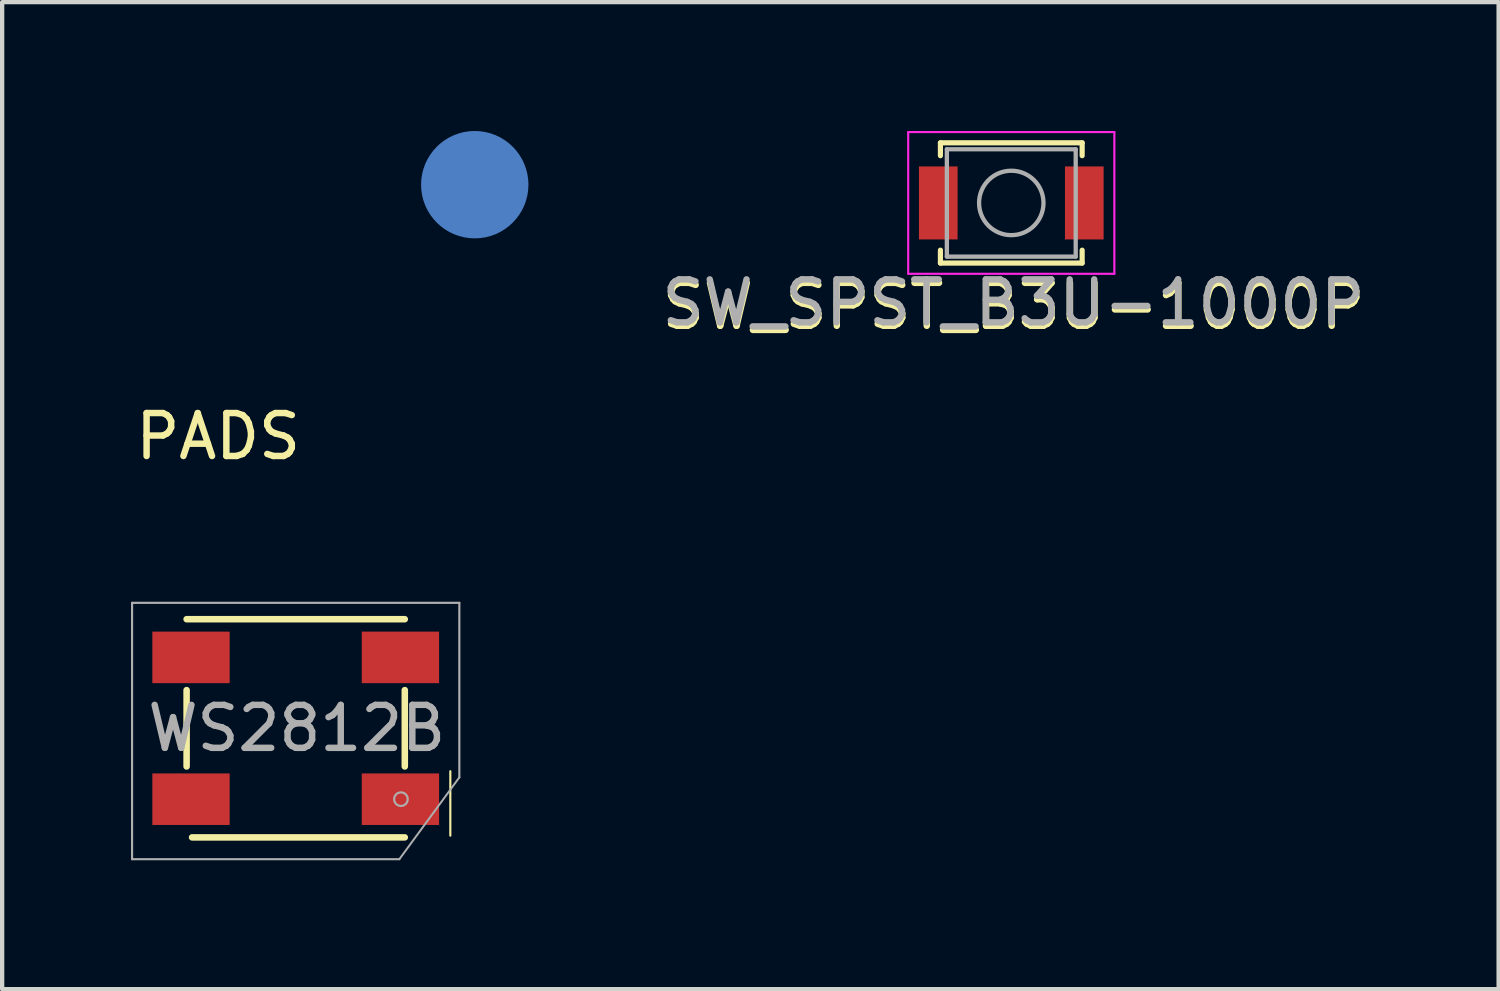
<source format=kicad_pcb>
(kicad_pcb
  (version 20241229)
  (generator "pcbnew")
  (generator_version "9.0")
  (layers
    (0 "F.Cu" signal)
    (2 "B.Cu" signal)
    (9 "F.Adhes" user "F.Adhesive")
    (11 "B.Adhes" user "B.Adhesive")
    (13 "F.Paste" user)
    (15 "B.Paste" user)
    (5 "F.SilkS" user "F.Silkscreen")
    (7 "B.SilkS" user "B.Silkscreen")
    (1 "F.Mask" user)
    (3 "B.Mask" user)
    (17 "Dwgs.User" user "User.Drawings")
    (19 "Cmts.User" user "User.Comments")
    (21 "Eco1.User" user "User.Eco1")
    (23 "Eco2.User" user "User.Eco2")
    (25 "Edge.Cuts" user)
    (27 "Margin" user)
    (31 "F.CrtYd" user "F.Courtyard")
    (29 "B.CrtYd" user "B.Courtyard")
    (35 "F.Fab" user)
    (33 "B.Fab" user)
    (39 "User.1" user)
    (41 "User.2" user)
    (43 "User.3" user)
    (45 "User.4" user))
  (footprint "WS2812B"
    (layer "F.Cu")
    (at 3.835 13.907)
    (property "Reference" "WS2812B" (at 0.025 0 0) (layer "F.Fab") (effects (font (size 1 1) (thickness 0.15))))
    (attr through_hole)
    (fp_line (start -2.54 -2.54) (end 2.54 -2.54) (stroke (width 0.152) (type solid)) (layer "F.SilkS"))
    (fp_line (start -2.54 -0.889) (end -2.54 0.889) (stroke (width 0.152) (type solid)) (layer "F.SilkS"))
    (fp_line (start 2.54 -0.889) (end 2.54 0.889) (stroke (width 0.152) (type solid)) (layer "F.SilkS"))
    (fp_line (start 2.54 2.54) (end -2.413 2.54) (stroke (width 0.152) (type solid)) (layer "F.SilkS"))
    (fp_line (start 3.6 1) (end 3.6 2.5) (stroke (width 0.05) (type solid)) (layer "F.SilkS"))
    (fp_line (start -3.81 -2.921) (end -3.81 3.048) (stroke (width 0.05) (type solid)) (layer "F.Fab"))
    (fp_line (start -3.81 3.048) (end 2.413 3.048) (stroke (width 0.05) (type solid)) (layer "F.Fab"))
    (fp_line (start 2.413 3.048) (end 3.81 1.143) (stroke (width 0.046) (type solid)) (layer "F.Fab"))
    (fp_line (start 3.81 -2.921) (end -3.81 -2.921) (stroke (width 0.05) (type solid)) (layer "F.Fab"))
    (fp_line (start 3.81 1.143) (end 3.81 -2.921) (stroke (width 0.05) (type solid)) (layer "F.Fab"))
    (fp_circle (center 2.45 1.65) (end 2.5 1.8) (stroke (width 0.05) (type solid)) (fill no) (layer "F.Fab"))
    (pad "1" smd rect (at 2.438 1.651) (size 1.8 1.2) (layers "F.Cu" "F.Mask" "F.Paste"))
    (pad "2" smd rect (at 2.438 -1.651) (size 1.8 1.2) (layers "F.Cu" "F.Mask" "F.Paste"))
    (pad "3" smd rect (at -2.438 -1.651) (size 1.8 1.2) (layers "F.Cu" "F.Mask" "F.Paste"))
    (pad "4" smd rect (at -2.438 1.651) (size 1.8 1.2) (layers "F.Cu" "F.Mask" "F.Paste")))
  (footprint "SW_SPST_B3U-1000P"
    (layer "F.Cu")
    (at 20.496 1.675)
    (property "Reference" "SW_SPST_B3U-1000P" (at 0.056 2.406 0) (layer "F.SilkS") (effects (font (size 1 1) (thickness 0.15))))
    (attr smd)
    (fp_line (start -1.65 -1.4) (end 1.65 -1.4) (stroke (width 0.12) (type solid)) (layer "F.SilkS"))
    (fp_line (start -1.65 -1.1) (end -1.65 -1.4) (stroke (width 0.12) (type solid)) (layer "F.SilkS"))
    (fp_line (start -1.65 1.1) (end -1.65 1.4) (stroke (width 0.12) (type solid)) (layer "F.SilkS"))
    (fp_line (start -1.65 1.4) (end 1.65 1.4) (stroke (width 0.12) (type solid)) (layer "F.SilkS"))
    (fp_line (start 1.65 -1.4) (end 1.65 -1.1) (stroke (width 0.12) (type solid)) (layer "F.SilkS"))
    (fp_line (start 1.65 1.4) (end 1.65 1.1) (stroke (width 0.12) (type solid)) (layer "F.SilkS"))
    (fp_line (start -2.4 -1.65) (end -2.4 1.65) (stroke (width 0.05) (type solid)) (layer "F.CrtYd"))
    (fp_line (start -2.4 1.65) (end 2.4 1.65) (stroke (width 0.05) (type solid)) (layer "F.CrtYd"))
    (fp_line (start 2.4 -1.65) (end -2.4 -1.65) (stroke (width 0.05) (type solid)) (layer "F.CrtYd"))
    (fp_line (start 2.4 1.65) (end 2.4 -1.65) (stroke (width 0.05) (type solid)) (layer "F.CrtYd"))
    (fp_line (start -1.5 -1.25) (end 1.5 -1.25) (stroke (width 0.1) (type solid)) (layer "F.Fab"))
    (fp_line (start -1.5 1.25) (end -1.5 -1.25) (stroke (width 0.1) (type solid)) (layer "F.Fab"))
    (fp_line (start 1.5 -1.25) (end 1.5 1.25) (stroke (width 0.1) (type solid)) (layer "F.Fab"))
    (fp_line (start 1.5 1.25) (end -1.5 1.25) (stroke (width 0.1) (type solid)) (layer "F.Fab"))
    (fp_circle (center 0 0) (end 0.75 0) (stroke (width 0.1) (type solid)) (fill no) (layer "F.Fab"))
    (fp_text user "${REFERENCE}" (at 0.05 2.325 0) (layer "F.Fab") (effects (font (size 1 1) (thickness 0.15))))
    (pad "1" smd rect (at -1.7 0) (size 0.9 1.7) (layers "F.Cu" "F.Mask" "F.Paste"))
    (pad "2" smd rect (at 1.7 0) (size 0.9 1.7) (layers "F.Cu" "F.Mask" "F.Paste")))
  (footprint "PADS"
    (layer "F.Cu")
    (at 8.004 1.25)
    (property "Reference" "PADS" (at -5.974 5.862 0) (layer "F.SilkS") (effects (font (size 1 1) (thickness 0.15))))
    (attr through_hole)
    (pad "1" smd circle (at 0 0) (size 2.5 2.5) (layers "B.Cu" "B.Mask")))
  (gr_rect
    (start -3 -3)
    (end 31.843 19.98)
    (stroke (width 0.1) (type default))
    (fill no)
    (layer "Edge.Cuts")))
</source>
